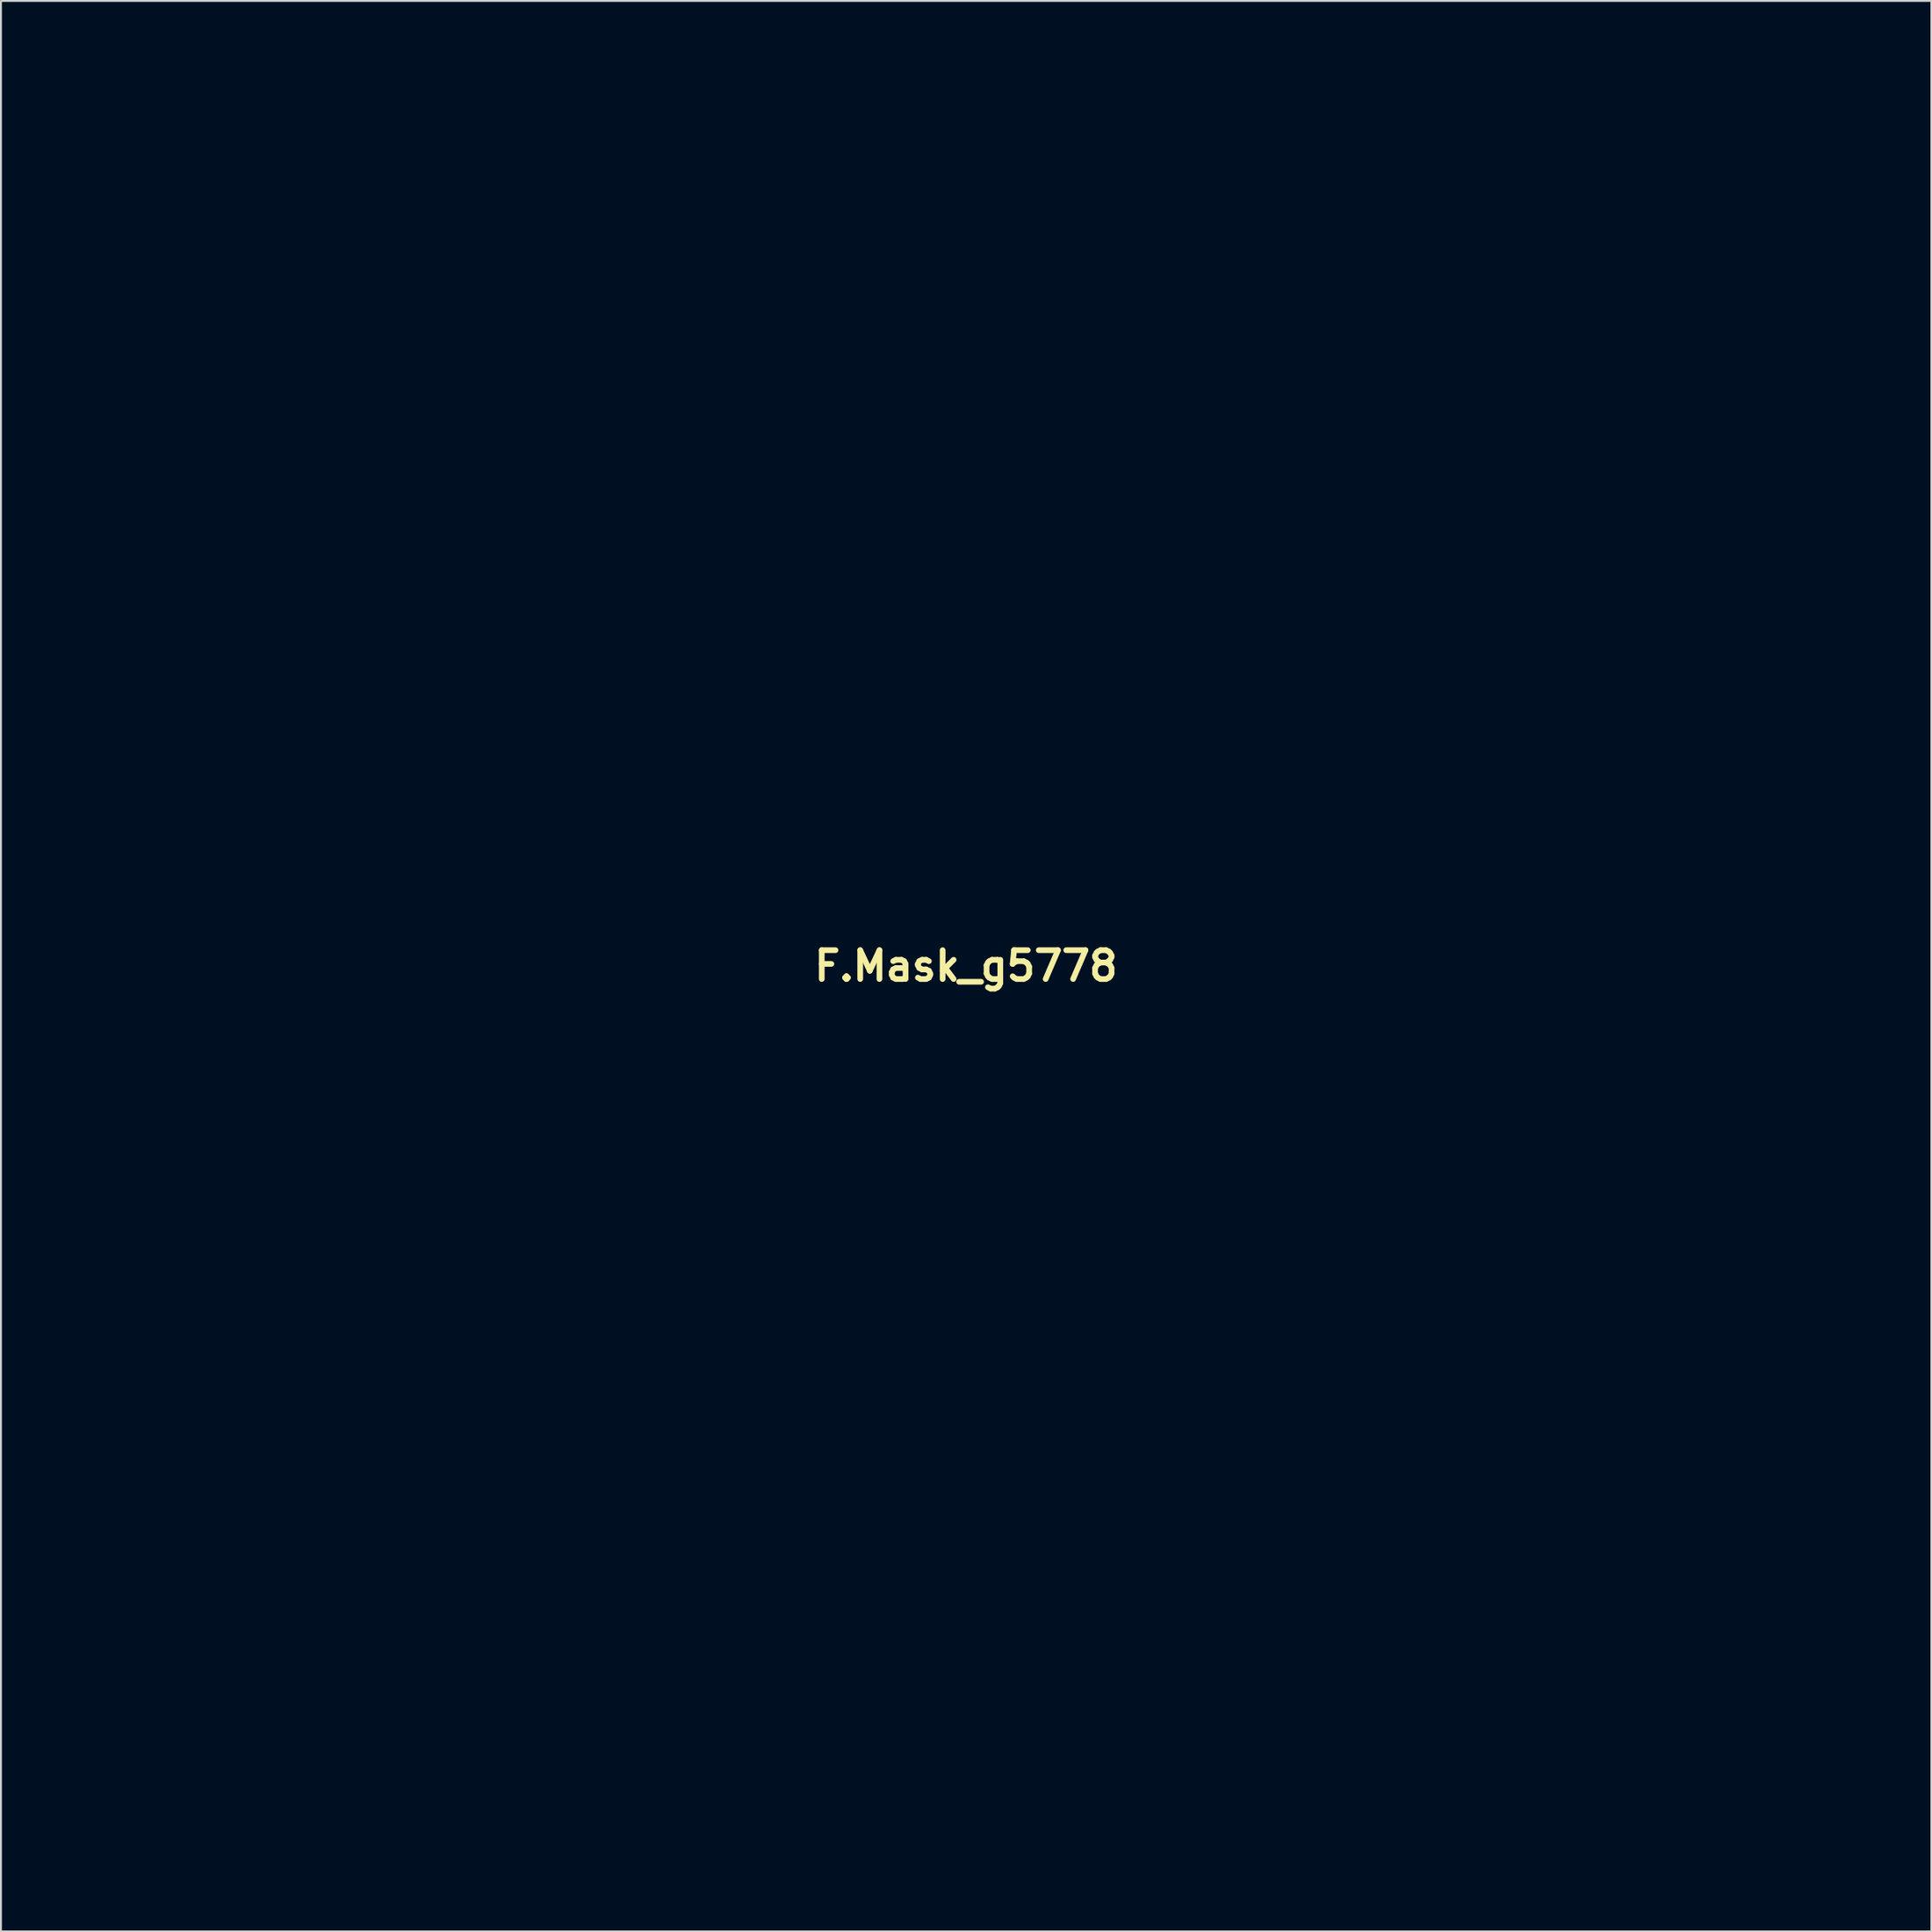
<source format=kicad_pcb>
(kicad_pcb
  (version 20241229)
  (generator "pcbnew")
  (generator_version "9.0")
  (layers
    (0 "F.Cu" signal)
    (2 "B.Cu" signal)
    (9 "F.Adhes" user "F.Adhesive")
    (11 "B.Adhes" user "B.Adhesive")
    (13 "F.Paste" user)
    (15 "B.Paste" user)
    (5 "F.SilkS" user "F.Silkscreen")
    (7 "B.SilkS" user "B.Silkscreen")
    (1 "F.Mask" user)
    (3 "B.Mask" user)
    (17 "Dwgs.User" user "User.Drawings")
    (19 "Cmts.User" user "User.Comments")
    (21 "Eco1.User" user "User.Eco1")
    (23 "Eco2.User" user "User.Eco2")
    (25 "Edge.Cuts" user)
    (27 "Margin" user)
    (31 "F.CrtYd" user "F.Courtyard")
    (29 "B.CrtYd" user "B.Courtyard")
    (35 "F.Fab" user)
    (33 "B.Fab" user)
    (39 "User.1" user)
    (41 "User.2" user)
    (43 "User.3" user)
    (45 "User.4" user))
  (footprint "F.Mask_g5778"
    (layer "F.Cu")
    (at 47.99 47.99)
    (property "Reference" "F.Mask_g5778" (at 0 0 0) (layer "F.SilkS") (effects (font (size 1.524 1.524) (thickness 0.3))))
    (attr through_hole)
    (fp_poly (pts (xy -31.116 -6.104) (xy -31.102 -6.079) (xy -31.074 -6.023) (xy -31.036 -5.941) (xy -30.99 -5.842) (xy -30.956 -5.768) (xy -30.909 -5.666) (xy -30.846 -5.534) (xy -30.773 -5.381) (xy -30.692 -5.214) (xy -30.608 -5.043) (xy -30.525 -4.875) (xy -30.509 -4.844) (xy -30.424 -4.674) (xy -30.356 -4.538) (xy -30.304 -4.432) (xy -30.268 -4.351) (xy -30.248 -4.29) (xy -30.243 -4.246) (xy -30.253 -4.213) (xy -30.277 -4.188) (xy -30.315 -4.165) (xy -30.366 -4.141) (xy -30.429 -4.111) (xy -30.432 -4.109) (xy -30.626 -4.03) (xy -30.818 -3.989) (xy -31.003 -3.988) (xy -31.162 -4.02) (xy -31.334 -4.095) (xy -31.492 -4.203) (xy -31.566 -4.272) (xy -31.647 -4.355) (xy -31.625 -4.557) (xy -31.587 -4.824) (xy -31.535 -5.088) (xy -31.471 -5.342) (xy -31.396 -5.579) (xy -31.314 -5.79) (xy -31.226 -5.97) (xy -31.19 -6.032) (xy -31.155 -6.079) (xy -31.126 -6.104) (xy -31.116 -6.104)) (stroke (width 0.01) (type solid)) (fill yes) (layer "F.Mask"))
    (fp_poly (pts (xy -17.774 -4.385) (xy -17.743 -4.353) (xy -17.712 -4.293) (xy -17.674 -4.207) (xy -17.644 -4.135) (xy -17.544 -3.881) (xy -17.479 -3.65) (xy -17.449 -3.44) (xy -17.453 -3.248) (xy -17.492 -3.071) (xy -17.566 -2.909) (xy -17.675 -2.759) (xy -17.731 -2.699) (xy -17.828 -2.618) (xy -17.951 -2.537) (xy -18.093 -2.459) (xy -18.248 -2.388) (xy -18.408 -2.324) (xy -18.566 -2.272) (xy -18.715 -2.234) (xy -18.848 -2.213) (xy -18.957 -2.21) (xy -19.007 -2.219) (xy -19.037 -2.235) (xy -19.062 -2.268) (xy -19.087 -2.328) (xy -19.108 -2.39) (xy -19.148 -2.541) (xy -19.182 -2.71) (xy -19.206 -2.879) (xy -19.218 -3.031) (xy -19.219 -3.073) (xy -19.217 -3.151) (xy -19.209 -3.2) (xy -19.192 -3.232) (xy -19.169 -3.253) (xy -19.139 -3.278) (xy -19.082 -3.327) (xy -19.005 -3.394) (xy -18.912 -3.474) (xy -18.811 -3.564) (xy -18.783 -3.588) (xy -18.653 -3.702) (xy -18.507 -3.829) (xy -18.356 -3.958) (xy -18.214 -4.079) (xy -18.121 -4.158) (xy -18.006 -4.255) (xy -17.92 -4.326) (xy -17.856 -4.372) (xy -17.81 -4.392) (xy -17.774 -4.385)) (stroke (width 0.01) (type solid)) (fill yes) (layer "F.Mask"))
    (fp_poly (pts (xy -34.742 -2.464) (xy -34.544 -2.415) (xy -34.343 -2.325) (xy -34.138 -2.192) (xy -33.93 -2.017) (xy -33.902 -1.991) (xy -33.681 -1.754) (xy -33.475 -1.48) (xy -33.285 -1.172) (xy -33.114 -0.835) (xy -32.961 -0.47) (xy -32.83 -0.083) (xy -32.72 0.325) (xy -32.635 0.75) (xy -32.615 0.878) (xy -32.602 0.989) (xy -32.593 1.131) (xy -32.588 1.297) (xy -32.585 1.478) (xy -32.585 1.666) (xy -32.588 1.852) (xy -32.594 2.028) (xy -32.602 2.186) (xy -32.614 2.317) (xy -32.626 2.402) (xy -32.694 2.71) (xy -32.781 2.987) (xy -32.884 3.234) (xy -33.003 3.448) (xy -33.136 3.629) (xy -33.282 3.774) (xy -33.441 3.884) (xy -33.61 3.956) (xy -33.789 3.989) (xy -33.977 3.983) (xy -34.053 3.969) (xy -34.231 3.915) (xy -34.404 3.834) (xy -34.578 3.721) (xy -34.757 3.573) (xy -34.883 3.452) (xy -35.103 3.204) (xy -35.306 2.922) (xy -35.49 2.609) (xy -35.656 2.272) (xy -35.8 1.914) (xy -35.922 1.54) (xy -36.021 1.155) (xy -36.096 0.763) (xy -36.144 0.37) (xy -36.166 -0.02) (xy -36.159 -0.403) (xy -36.123 -0.773) (xy -36.087 -0.984) (xy -36.018 -1.267) (xy -35.931 -1.528) (xy -35.827 -1.762) (xy -35.709 -1.966) (xy -35.577 -2.137) (xy -35.435 -2.271) (xy -35.401 -2.296) (xy -35.268 -2.379) (xy -35.143 -2.433) (xy -35.009 -2.463) (xy -34.936 -2.471) (xy -34.742 -2.464)) (stroke (width 0.01) (type solid)) (fill yes) (layer "F.Mask"))
    (fp_poly (pts (xy -9.603 -2.468) (xy -9.441 -2.46) (xy -9.293 -2.448) (xy -9.171 -2.432) (xy -9.123 -2.423) (xy -8.758 -2.323) (xy -8.413 -2.187) (xy -8.089 -2.015) (xy -7.789 -1.81) (xy -7.514 -1.573) (xy -7.266 -1.306) (xy -7.049 -1.01) (xy -6.863 -0.687) (xy -6.859 -0.68) (xy -6.785 -0.517) (xy -6.713 -0.328) (xy -6.649 -0.129) (xy -6.596 0.063) (xy -6.569 0.191) (xy -6.548 0.344) (xy -6.535 0.526) (xy -6.53 0.723) (xy -6.532 0.921) (xy -6.543 1.109) (xy -6.561 1.273) (xy -6.569 1.323) (xy -6.658 1.683) (xy -6.783 2.026) (xy -6.943 2.349) (xy -7.136 2.651) (xy -7.36 2.927) (xy -7.612 3.178) (xy -7.891 3.399) (xy -8.193 3.59) (xy -8.517 3.748) (xy -8.862 3.87) (xy -9.142 3.939) (xy -9.268 3.959) (xy -9.423 3.975) (xy -9.595 3.986) (xy -9.771 3.991) (xy -9.937 3.991) (xy -10.083 3.985) (xy -10.157 3.978) (xy -10.519 3.912) (xy -10.866 3.807) (xy -11.197 3.666) (xy -11.508 3.491) (xy -11.797 3.283) (xy -12.063 3.045) (xy -12.301 2.779) (xy -12.509 2.487) (xy -12.686 2.172) (xy -12.828 1.835) (xy -12.856 1.751) (xy -12.948 1.404) (xy -12.999 1.05) (xy -13.01 0.693) (xy -12.983 0.336) (xy -12.917 -0.016) (xy -12.813 -0.359) (xy -12.672 -0.69) (xy -12.494 -1.004) (xy -12.41 -1.128) (xy -12.32 -1.244) (xy -12.206 -1.374) (xy -12.079 -1.509) (xy -11.947 -1.639) (xy -11.82 -1.753) (xy -11.718 -1.835) (xy -11.409 -2.038) (xy -11.079 -2.205) (xy -10.734 -2.335) (xy -10.378 -2.426) (xy -10.187 -2.457) (xy -10.073 -2.467) (xy -9.93 -2.472) (xy -9.77 -2.473) (xy -9.603 -2.468)) (stroke (width 0.01) (type solid)) (fill yes) (layer "F.Mask"))
    (fp_poly (pts (xy 5.738 0.548) (xy 5.767 0.597) (xy 5.812 0.677) (xy 5.87 0.784) (xy 5.939 0.915) (xy 6.018 1.065) (xy 6.105 1.233) (xy 6.198 1.413) (xy 6.295 1.602) (xy 6.395 1.797) (xy 6.495 1.995) (xy 6.593 2.191) (xy 6.688 2.382) (xy 6.779 2.565) (xy 6.862 2.735) (xy 6.901 2.816) (xy 7.021 3.066) (xy 7.141 3.321) (xy 7.26 3.574) (xy 7.373 3.818) (xy 7.478 4.048) (xy 7.572 4.258) (xy 7.653 4.44) (xy 7.703 4.558) (xy 7.792 4.765) (xy 7.703 4.928) (xy 7.51 5.258) (xy 7.297 5.579) (xy 7.07 5.886) (xy 6.834 6.172) (xy 6.593 6.431) (xy 6.351 6.658) (xy 6.234 6.756) (xy 5.996 6.933) (xy 5.753 7.088) (xy 5.501 7.223) (xy 5.236 7.338) (xy 4.952 7.437) (xy 4.644 7.519) (xy 4.309 7.588) (xy 3.94 7.645) (xy 3.619 7.683) (xy 3.486 7.697) (xy 3.362 7.71) (xy 3.256 7.722) (xy 3.175 7.731) (xy 3.128 7.737) (xy 3.127 7.737) (xy 3.077 7.739) (xy 3.049 7.732) (xy 3.048 7.728) (xy 3.057 7.704) (xy 3.082 7.648) (xy 3.119 7.569) (xy 3.165 7.474) (xy 3.188 7.427) (xy 3.336 7.122) (xy 3.481 6.81) (xy 3.625 6.489) (xy 3.768 6.156) (xy 3.912 5.808) (xy 4.058 5.443) (xy 4.205 5.059) (xy 4.356 4.652) (xy 4.511 4.22) (xy 4.671 3.761) (xy 4.838 3.272) (xy 5.011 2.751) (xy 5.193 2.195) (xy 5.383 1.602) (xy 5.462 1.355) (xy 5.518 1.177) (xy 5.57 1.013) (xy 5.617 0.866) (xy 5.657 0.741) (xy 5.689 0.641) (xy 5.712 0.572) (xy 5.724 0.537) (xy 5.725 0.533) (xy 5.738 0.548)) (stroke (width 0.01) (type solid)) (fill yes) (layer "F.Mask"))
    (fp_poly (pts (xy 9.491 9.504) (xy 9.505 9.549) (xy 9.529 9.625) (xy 9.558 9.724) (xy 9.592 9.836) (xy 9.626 9.952) (xy 9.659 10.064) (xy 9.688 10.162) (xy 9.702 10.213) (xy 9.74 10.353) (xy 9.786 10.53) (xy 9.838 10.737) (xy 9.896 10.97) (xy 9.958 11.222) (xy 10.022 11.49) (xy 10.075 11.716) (xy 10.149 12.029) (xy 10.215 12.306) (xy 10.274 12.548) (xy 10.327 12.762) (xy 10.374 12.949) (xy 10.418 13.115) (xy 10.458 13.263) (xy 10.477 13.332) (xy 10.51 13.45) (xy 10.532 13.533) (xy 10.544 13.59) (xy 10.548 13.625) (xy 10.543 13.647) (xy 10.531 13.662) (xy 10.526 13.666) (xy 10.431 13.736) (xy 10.308 13.82) (xy 10.169 13.91) (xy 10.024 14.001) (xy 9.883 14.085) (xy 9.756 14.156) (xy 9.663 14.204) (xy 9.466 14.295) (xy 9.292 14.365) (xy 9.129 14.419) (xy 8.968 14.458) (xy 8.798 14.484) (xy 8.61 14.5) (xy 8.392 14.508) (xy 8.329 14.51) (xy 8.192 14.511) (xy 8.066 14.512) (xy 7.958 14.512) (xy 7.876 14.51) (xy 7.827 14.508) (xy 7.821 14.507) (xy 7.512 14.458) (xy 7.226 14.399) (xy 6.941 14.327) (xy 6.724 14.264) (xy 6.627 14.232) (xy 6.565 14.208) (xy 6.534 14.189) (xy 6.527 14.171) (xy 6.528 14.168) (xy 6.544 14.139) (xy 6.581 14.08) (xy 6.635 13.995) (xy 6.704 13.889) (xy 6.783 13.768) (xy 6.871 13.636) (xy 6.963 13.497) (xy 7.057 13.356) (xy 7.15 13.219) (xy 7.238 13.09) (xy 7.317 12.974) (xy 7.381 12.883) (xy 7.45 12.785) (xy 7.54 12.66) (xy 7.644 12.516) (xy 7.757 12.359) (xy 7.875 12.196) (xy 7.992 12.036) (xy 8.041 11.97) (xy 8.261 11.669) (xy 8.455 11.396) (xy 8.625 11.147) (xy 8.775 10.92) (xy 8.907 10.71) (xy 9.022 10.513) (xy 9.123 10.325) (xy 9.213 10.144) (xy 9.292 9.964) (xy 9.365 9.783) (xy 9.386 9.726) (xy 9.422 9.634) (xy 9.453 9.562) (xy 9.476 9.516) (xy 9.489 9.502) (xy 9.491 9.504)) (stroke (width 0.01) (type solid)) (fill yes) (layer "F.Mask"))
    (fp_poly (pts (xy 48.006 48.006) (xy -47.985 48.006) (xy -47.985 21.952) (xy -45.991 21.952) (xy -45.991 23.095) (xy -45.991 24.218) (xy -45.991 25.321) (xy -45.991 26.401) (xy -45.991 27.46) (xy -45.991 28.495) (xy -45.991 29.508) (xy -45.991 30.496) (xy -45.991 31.46) (xy -45.991 32.399) (xy -45.991 33.311) (xy -45.991 34.198) (xy -45.991 35.057) (xy -45.99 35.889) (xy -45.99 36.692) (xy -45.99 37.467) (xy -45.99 38.212) (xy -45.99 38.927) (xy -45.99 39.611) (xy -45.99 40.264) (xy -45.989 40.886) (xy -45.989 41.474) (xy -45.989 42.03) (xy -45.989 42.552) (xy -45.989 43.039) (xy -45.988 43.492) (xy -45.988 43.909) (xy -45.988 44.289) (xy -45.988 44.633) (xy -45.987 44.94) (xy -45.987 45.209) (xy -45.987 45.439) (xy -45.987 45.63) (xy -45.986 45.781) (xy -45.986 45.892) (xy -45.986 45.961) (xy -45.985 45.989) (xy -45.985 45.99) (xy -45.978 45.991) (xy -45.956 45.992) (xy -45.919 45.993) (xy -45.866 45.994) (xy -45.797 45.995) (xy -45.712 45.996) (xy -45.611 45.996) (xy -45.492 45.997) (xy -45.355 45.998) (xy -45.2 45.999) (xy -45.026 46) (xy -44.833 46) (xy -44.621 46.001) (xy -44.389 46.002) (xy -44.136 46.002) (xy -43.862 46.003) (xy -43.567 46.004) (xy -43.251 46.004) (xy -42.912 46.005) (xy -42.55 46.005) (xy -42.165 46.006) (xy -41.756 46.006) (xy -41.324 46.007) (xy -40.867 46.007) (xy -40.385 46.008) (xy -39.877 46.008) (xy -39.344 46.009) (xy -38.785 46.009) (xy -38.198 46.009) (xy -37.585 46.01) (xy -36.943 46.01) (xy -36.274 46.01) (xy -35.576 46.01) (xy -34.849 46.011) (xy -34.093 46.011) (xy -33.306 46.011) (xy -32.49 46.011) (xy -31.642 46.012) (xy -30.763 46.012) (xy -29.853 46.012) (xy -28.91 46.012) (xy -27.935 46.012) (xy -26.926 46.012) (xy -25.884 46.012) (xy -24.808 46.012) (xy -23.698 46.012) (xy -22.553 46.013) (xy -21.372 46.013) (xy -20.156 46.013) (xy -18.903 46.013) (xy -17.614 46.012) (xy -16.287 46.012) (xy -14.923 46.012) (xy -13.521 46.012) (xy -12.081 46.012) (xy -10.601 46.012) (xy -9.082 46.012) (xy -7.523 46.012) (xy -5.924 46.012) (xy -4.284 46.012) (xy -2.603 46.011) (xy -0.881 46.011) (xy 0.015 46.011) (xy 46.006 46.006) (xy 46.006 -45.985) (xy -45.985 -45.985) (xy -45.99 -0.011) (xy -45.99 1.386) (xy -45.99 2.772) (xy -45.99 4.147) (xy -45.991 5.512) (xy -45.991 6.864) (xy -45.991 8.204) (xy -45.991 9.531) (xy -45.991 10.845) (xy -45.991 12.144) (xy -45.991 13.428) (xy -45.991 14.697) (xy -45.991 15.95) (xy -45.991 17.186) (xy -45.991 18.405) (xy -45.991 19.606) (xy -45.991 20.788) (xy -45.991 21.952) (xy -47.985 21.952) (xy -47.985 -47.985) (xy 48.006 -47.985) (xy 48.006 48.006)) (stroke (width 0.01) (type solid)) (fill yes) (layer "F.Mask"))
    (fp_poly (pts (xy 13.262 11.2) (xy 13.326 11.207) (xy 13.417 11.217) (xy 13.527 11.231) (xy 13.647 11.245) (xy 13.772 11.261) (xy 13.892 11.276) (xy 14 11.29) (xy 14.088 11.302) (xy 14.149 11.31) (xy 14.174 11.314) (xy 14.204 11.33) (xy 14.221 11.368) (xy 14.229 11.419) (xy 14.249 11.501) (xy 14.285 11.573) (xy 14.29 11.58) (xy 14.313 11.599) (xy 14.368 11.641) (xy 14.455 11.705) (xy 14.57 11.789) (xy 14.713 11.892) (xy 14.881 12.013) (xy 15.073 12.149) (xy 15.286 12.301) (xy 15.519 12.467) (xy 15.77 12.645) (xy 16.037 12.833) (xy 16.319 13.032) (xy 16.612 13.239) (xy 16.916 13.452) (xy 17.166 13.628) (xy 17.476 13.846) (xy 17.777 14.057) (xy 18.066 14.26) (xy 18.342 14.455) (xy 18.603 14.639) (xy 18.847 14.812) (xy 19.073 14.972) (xy 19.278 15.117) (xy 19.461 15.248) (xy 19.62 15.361) (xy 19.752 15.456) (xy 19.858 15.532) (xy 19.933 15.588) (xy 19.977 15.621) (xy 19.989 15.632) (xy 19.971 15.645) (xy 19.918 15.678) (xy 19.833 15.731) (xy 19.717 15.803) (xy 19.571 15.892) (xy 19.399 15.997) (xy 19.201 16.118) (xy 18.98 16.252) (xy 18.736 16.4) (xy 18.473 16.559) (xy 18.191 16.729) (xy 17.894 16.909) (xy 17.581 17.097) (xy 17.256 17.293) (xy 16.92 17.495) (xy 16.719 17.616) (xy 16.376 17.822) (xy 16.043 18.022) (xy 15.721 18.216) (xy 15.412 18.402) (xy 15.118 18.579) (xy 14.84 18.746) (xy 14.581 18.903) (xy 14.343 19.046) (xy 14.126 19.177) (xy 13.934 19.293) (xy 13.768 19.394) (xy 13.63 19.478) (xy 13.521 19.544) (xy 13.444 19.591) (xy 13.4 19.618) (xy 13.391 19.624) (xy 13.323 19.697) (xy 13.276 19.795) (xy 13.256 19.901) (xy 13.259 19.957) (xy 13.274 20.027) (xy 13.296 20.087) (xy 13.303 20.101) (xy 13.324 20.123) (xy 13.373 20.173) (xy 13.447 20.245) (xy 13.543 20.339) (xy 13.66 20.452) (xy 13.793 20.58) (xy 13.941 20.721) (xy 14.1 20.872) (xy 14.268 21.031) (xy 14.278 21.041) (xy 14.445 21.199) (xy 14.603 21.348) (xy 14.748 21.487) (xy 14.878 21.611) (xy 14.991 21.719) (xy 15.084 21.809) (xy 15.153 21.877) (xy 15.198 21.921) (xy 15.215 21.939) (xy 15.215 21.939) (xy 15.194 21.949) (xy 15.139 21.974) (xy 15.051 22.012) (xy 14.936 22.063) (xy 14.797 22.124) (xy 14.637 22.193) (xy 14.46 22.27) (xy 14.27 22.353) (xy 14.07 22.439) (xy 13.865 22.528) (xy 13.657 22.618) (xy 13.451 22.707) (xy 13.251 22.794) (xy 13.058 22.877) (xy 12.879 22.955) (xy 12.715 23.025) (xy 12.572 23.087) (xy 12.452 23.138) (xy 12.359 23.178) (xy 12.297 23.204) (xy 12.269 23.215) (xy 12.268 23.215) (xy 12.243 23.218) (xy 12.236 23.198) (xy 12.241 23.154) (xy 12.286 22.86) (xy 12.319 22.531) (xy 12.34 22.172) (xy 12.35 21.79) (xy 12.349 21.39) (xy 12.337 20.978) (xy 12.313 20.56) (xy 12.278 20.142) (xy 12.244 19.833) (xy 12.228 19.704) (xy 12.211 19.565) (xy 12.192 19.424) (xy 12.173 19.287) (xy 12.155 19.162) (xy 12.139 19.056) (xy 12.126 18.975) (xy 12.118 18.927) (xy 12.116 18.919) (xy 12.123 18.905) (xy 12.151 18.873) (xy 12.199 18.824) (xy 12.269 18.755) (xy 12.363 18.667) (xy 12.48 18.558) (xy 12.623 18.427) (xy 12.792 18.272) (xy 12.988 18.094) (xy 13.213 17.891) (xy 13.468 17.662) (xy 13.733 17.423) (xy 13.958 17.222) (xy 14.175 17.027) (xy 14.381 16.841) (xy 14.574 16.667) (xy 14.753 16.505) (xy 14.914 16.359) (xy 15.057 16.229) (xy 15.178 16.119) (xy 15.276 16.029) (xy 15.348 15.962) (xy 15.392 15.92) (xy 15.406 15.906) (xy 15.462 15.803) (xy 15.482 15.689) (xy 15.466 15.574) (xy 15.416 15.47) (xy 15.381 15.427) (xy 15.363 15.413) (xy 15.332 15.394) (xy 15.286 15.37) (xy 15.223 15.339) (xy 15.141 15.3) (xy 15.038 15.254) (xy 14.911 15.198) (xy 14.758 15.132) (xy 14.578 15.054) (xy 14.367 14.965) (xy 14.125 14.863) (xy 13.849 14.747) (xy 13.537 14.616) (xy 13.389 14.554) (xy 11.464 13.748) (xy 11.313 13.24) (xy 11.266 13.079) (xy 11.229 12.945) (xy 11.202 12.84) (xy 11.186 12.767) (xy 11.182 12.731) (xy 11.185 12.727) (xy 11.211 12.728) (xy 11.274 12.735) (xy 11.366 12.746) (xy 11.482 12.76) (xy 11.616 12.778) (xy 11.716 12.791) (xy 11.874 12.813) (xy 11.996 12.829) (xy 12.086 12.84) (xy 12.148 12.846) (xy 12.189 12.847) (xy 12.213 12.843) (xy 12.224 12.836) (xy 12.229 12.824) (xy 12.23 12.817) (xy 12.229 12.784) (xy 12.224 12.716) (xy 12.216 12.619) (xy 12.204 12.5) (xy 12.189 12.366) (xy 12.183 12.309) (xy 12.168 12.174) (xy 12.156 12.053) (xy 12.147 11.953) (xy 12.141 11.88) (xy 12.14 11.84) (xy 12.141 11.834) (xy 12.164 11.833) (xy 12.223 11.835) (xy 12.313 11.84) (xy 12.428 11.848) (xy 12.56 11.858) (xy 12.664 11.866) (xy 12.807 11.878) (xy 12.936 11.888) (xy 13.045 11.895) (xy 13.128 11.9) (xy 13.179 11.902) (xy 13.192 11.901) (xy 13.197 11.878) (xy 13.202 11.821) (xy 13.205 11.735) (xy 13.208 11.628) (xy 13.208 11.545) (xy 13.209 11.402) (xy 13.212 11.299) (xy 13.218 11.233) (xy 13.227 11.201) (xy 13.232 11.197) (xy 13.262 11.2)) (stroke (width 0.01) (type solid)) (fill yes) (layer "F.Mask")))
  (gr_rect
    (start -3 -3)
    (end 99.001 99.001)
    (stroke (width 0.1) (type default))
    (fill no)
    (layer "Edge.Cuts")))
</source>
